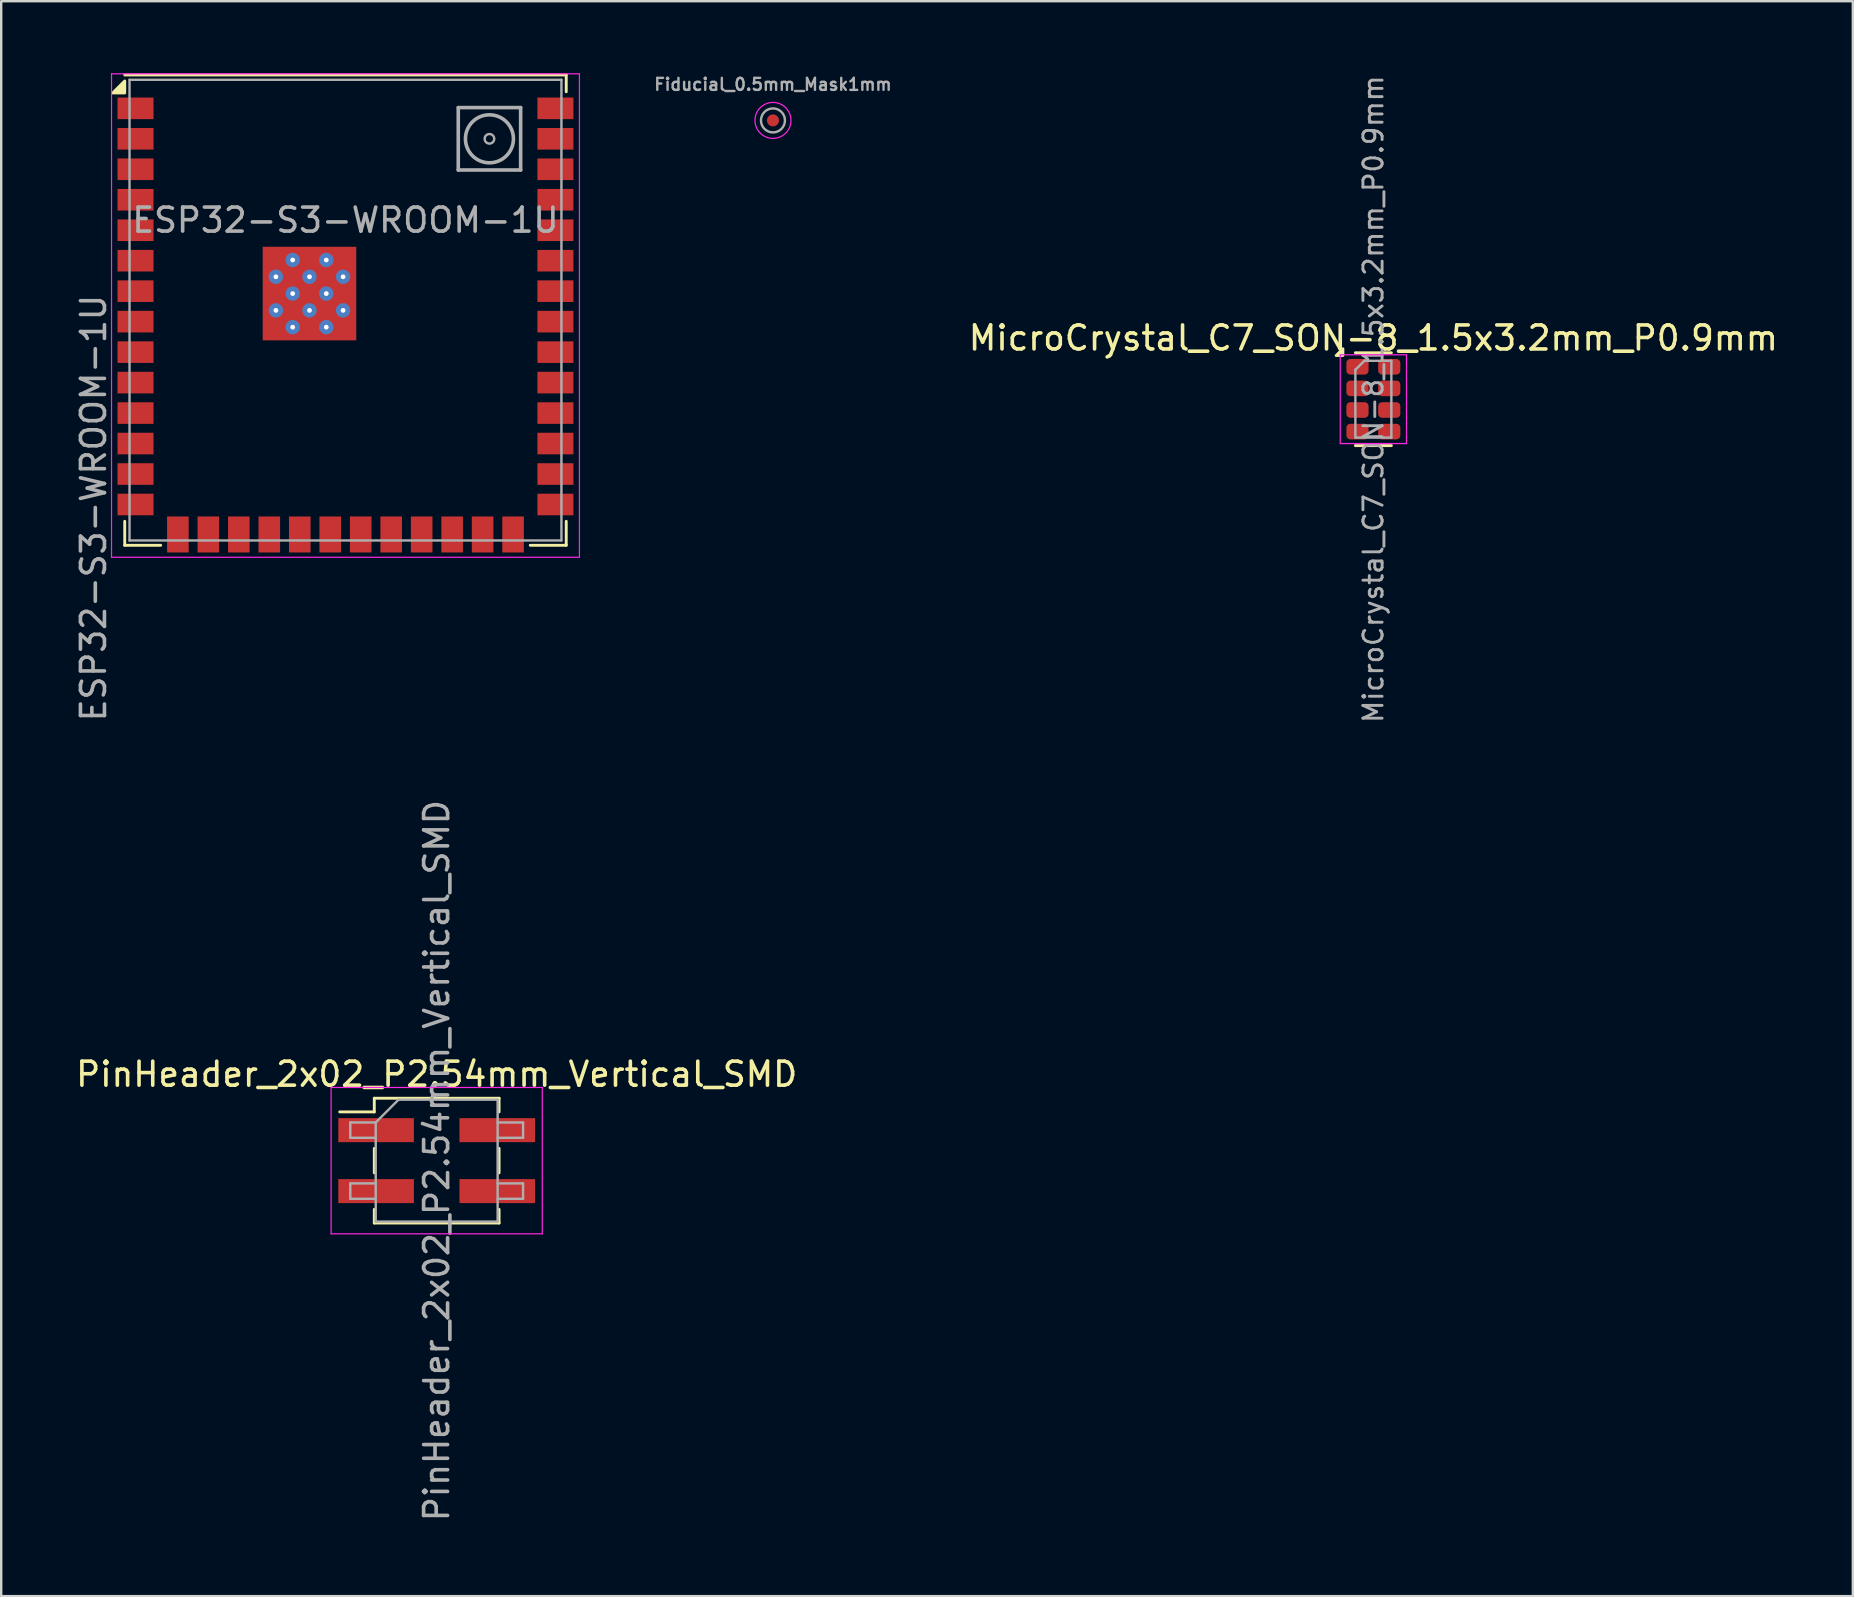
<source format=kicad_pcb>
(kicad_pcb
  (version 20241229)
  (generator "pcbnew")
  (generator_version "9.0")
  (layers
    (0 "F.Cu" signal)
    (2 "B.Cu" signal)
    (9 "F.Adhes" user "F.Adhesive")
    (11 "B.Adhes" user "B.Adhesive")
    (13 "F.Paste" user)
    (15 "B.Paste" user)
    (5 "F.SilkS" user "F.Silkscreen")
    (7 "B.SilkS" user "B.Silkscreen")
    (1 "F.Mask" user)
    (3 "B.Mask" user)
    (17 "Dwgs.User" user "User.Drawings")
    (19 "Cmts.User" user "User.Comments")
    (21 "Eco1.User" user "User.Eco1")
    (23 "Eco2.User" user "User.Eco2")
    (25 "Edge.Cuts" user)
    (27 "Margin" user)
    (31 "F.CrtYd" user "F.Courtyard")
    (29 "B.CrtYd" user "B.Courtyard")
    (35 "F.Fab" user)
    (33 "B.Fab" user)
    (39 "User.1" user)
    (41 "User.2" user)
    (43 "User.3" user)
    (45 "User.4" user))
  (footprint "Fiducial_0.5mm_Mask1mm"
    (layer "F.Cu")
    (at 29.164 1.968)
    (property "Reference" "Fiducial_0.5mm_Mask1mm" (at 0 -1.5 0) (layer "F.Fab") (effects (font (size 0.5 0.5) (thickness 0.1))))
    (attr smd)
    (fp_circle (center 0 0) (end 0.75 0) (stroke (width 0.05) (type solid)) (fill no) (layer "F.CrtYd"))
    (fp_circle (center 0 0) (end 0.5 0) (stroke (width 0.1) (type solid)) (fill no) (layer "F.Fab"))
    (pad "" smd circle (at 0 0) (size 0.5 0.5) (layers "F.Cu" "F.Mask")))
  (footprint "PinHeader_2x02_P2.54mm_Vertical_SMD"
    (layer "F.Cu")
    (at 15.149 45.32)
    (property "Reference" "PinHeader_2x02_P2.54mm_Vertical_SMD" (at 0 -3.6 0) (layer "F.SilkS") (effects (font (size 1 1) (thickness 0.15))))
    (attr smd)
    (fp_line (start -4.04 -2.03) (end -2.6 -2.03) (stroke (width 0.12) (type solid)) (layer "F.SilkS"))
    (fp_line (start -2.6 -2.6) (end -2.6 -2.03) (stroke (width 0.12) (type solid)) (layer "F.SilkS"))
    (fp_line (start -2.6 -2.6) (end 2.6 -2.6) (stroke (width 0.12) (type solid)) (layer "F.SilkS"))
    (fp_line (start -2.6 -0.51) (end -2.6 0.51) (stroke (width 0.12) (type solid)) (layer "F.SilkS"))
    (fp_line (start -2.6 2.03) (end -2.6 2.6) (stroke (width 0.12) (type solid)) (layer "F.SilkS"))
    (fp_line (start -2.6 2.6) (end 2.6 2.6) (stroke (width 0.12) (type solid)) (layer "F.SilkS"))
    (fp_line (start 2.6 -2.6) (end 2.6 -2.03) (stroke (width 0.12) (type solid)) (layer "F.SilkS"))
    (fp_line (start 2.6 -0.51) (end 2.6 0.51) (stroke (width 0.12) (type solid)) (layer "F.SilkS"))
    (fp_line (start 2.6 2.03) (end 2.6 2.6) (stroke (width 0.12) (type solid)) (layer "F.SilkS"))
    (fp_line (start -4.4 -3.05) (end -4.4 3.05) (stroke (width 0.05) (type solid)) (layer "F.CrtYd"))
    (fp_line (start -4.4 3.05) (end 4.4 3.05) (stroke (width 0.05) (type solid)) (layer "F.CrtYd"))
    (fp_line (start 4.4 -3.05) (end -4.4 -3.05) (stroke (width 0.05) (type solid)) (layer "F.CrtYd"))
    (fp_line (start 4.4 3.05) (end 4.4 -3.05) (stroke (width 0.05) (type solid)) (layer "F.CrtYd"))
    (fp_line (start -3.6 -1.59) (end -3.6 -0.95) (stroke (width 0.1) (type solid)) (layer "F.Fab"))
    (fp_line (start -3.6 -0.95) (end -2.54 -0.95) (stroke (width 0.1) (type solid)) (layer "F.Fab"))
    (fp_line (start -3.6 0.95) (end -3.6 1.59) (stroke (width 0.1) (type solid)) (layer "F.Fab"))
    (fp_line (start -3.6 1.59) (end -2.54 1.59) (stroke (width 0.1) (type solid)) (layer "F.Fab"))
    (fp_line (start -2.54 -1.59) (end -3.6 -1.59) (stroke (width 0.1) (type solid)) (layer "F.Fab"))
    (fp_line (start -2.54 -1.59) (end -1.59 -2.54) (stroke (width 0.1) (type solid)) (layer "F.Fab"))
    (fp_line (start -2.54 0.95) (end -3.6 0.95) (stroke (width 0.1) (type solid)) (layer "F.Fab"))
    (fp_line (start -2.54 2.54) (end -2.54 -1.59) (stroke (width 0.1) (type solid)) (layer "F.Fab"))
    (fp_line (start -1.59 -2.54) (end 2.54 -2.54) (stroke (width 0.1) (type solid)) (layer "F.Fab"))
    (fp_line (start 2.54 -2.54) (end 2.54 2.54) (stroke (width 0.1) (type solid)) (layer "F.Fab"))
    (fp_line (start 2.54 -1.59) (end 3.6 -1.59) (stroke (width 0.1) (type solid)) (layer "F.Fab"))
    (fp_line (start 2.54 0.95) (end 3.6 0.95) (stroke (width 0.1) (type solid)) (layer "F.Fab"))
    (fp_line (start 2.54 2.54) (end -2.54 2.54) (stroke (width 0.1) (type solid)) (layer "F.Fab"))
    (fp_line (start 3.6 -1.59) (end 3.6 -0.95) (stroke (width 0.1) (type solid)) (layer "F.Fab"))
    (fp_line (start 3.6 -0.95) (end 2.54 -0.95) (stroke (width 0.1) (type solid)) (layer "F.Fab"))
    (fp_line (start 3.6 0.95) (end 3.6 1.59) (stroke (width 0.1) (type solid)) (layer "F.Fab"))
    (fp_line (start 3.6 1.59) (end 2.54 1.59) (stroke (width 0.1) (type solid)) (layer "F.Fab"))
    (fp_text user "${REFERENCE}" (at 0 0 90) (layer "F.Fab") (effects (font (size 1 1) (thickness 0.15))))
    (pad "1" smd rect (at -2.525 -1.27) (size 3.15 1) (layers "F.Cu" "F.Mask" "F.Paste"))
    (pad "2" smd rect (at 2.525 -1.27) (size 3.15 1) (layers "F.Cu" "F.Mask" "F.Paste"))
    (pad "3" smd rect (at -2.525 1.27) (size 3.15 1) (layers "F.Cu" "F.Mask" "F.Paste"))
    (pad "4" smd rect (at 2.525 1.27) (size 3.15 1) (layers "F.Cu" "F.Mask" "F.Paste")))
  (footprint "ESP32-S3-WROOM-1U"
    (layer "F.Cu")
    (at 11.348 9.875)
    (property "Reference" "ESP32-S3-WROOM-1U" (at -10.5 8.25 90) (unlocked yes) (layer "F.Fab") (effects (font (size 1 1) (thickness 0.15))))
    (attr smd)
    (fp_line (start -9.2 -9.8) (end 9.2 -9.8) (stroke (width 0.12) (type solid)) (layer "F.SilkS"))
    (fp_line (start -9.2 8.8) (end -9.2 9.8) (stroke (width 0.12) (type solid)) (layer "F.SilkS"))
    (fp_line (start -9.2 9.8) (end -7.7 9.8) (stroke (width 0.12) (type solid)) (layer "F.SilkS"))
    (fp_line (start 9.2 -9.8) (end 9.2 -9.1) (stroke (width 0.12) (type solid)) (layer "F.SilkS"))
    (fp_line (start 9.2 9.8) (end 7.7 9.8) (stroke (width 0.12) (type solid)) (layer "F.SilkS"))
    (fp_line (start 9.2 9.8) (end 9.2 8.8) (stroke (width 0.12) (type solid)) (layer "F.SilkS"))
    (fp_poly (pts (xy -9.2 -9.05) (xy -9.7 -9.05) (xy -9.2 -9.55) (xy -9.2 -9.05)) (stroke (width 0.12) (type solid)) (fill yes) (layer "F.SilkS"))
    (fp_line (start -9.75 10.3) (end -9.75 -9.85) (stroke (width 0.05) (type solid)) (layer "F.CrtYd"))
    (fp_line (start -9.75 10.3) (end 9.75 10.3) (stroke (width 0.05) (type solid)) (layer "F.CrtYd"))
    (fp_line (start 9.75 -9.85) (end -9.75 -9.85) (stroke (width 0.05) (type solid)) (layer "F.CrtYd"))
    (fp_line (start 9.75 -9.85) (end 9.75 10.3) (stroke (width 0.05) (type solid)) (layer "F.CrtYd"))
    (fp_line (start -9 -9.6) (end 9 -9.6) (stroke (width 0.1) (type solid)) (layer "F.Fab"))
    (fp_line (start -9 9.6) (end -9 -9.6) (stroke (width 0.1) (type solid)) (layer "F.Fab"))
    (fp_line (start -9 9.6) (end 9 9.6) (stroke (width 0.1) (type solid)) (layer "F.Fab"))
    (fp_line (start 4.7 -8.44) (end 7.3 -8.44) (stroke (width 0.15) (type solid)) (layer "F.Fab"))
    (fp_line (start 4.7 -5.84) (end 4.7 -8.44) (stroke (width 0.15) (type solid)) (layer "F.Fab"))
    (fp_line (start 7.3 -8.44) (end 7.3 -5.84) (stroke (width 0.15) (type solid)) (layer "F.Fab"))
    (fp_line (start 7.3 -5.84) (end 4.7 -5.84) (stroke (width 0.15) (type solid)) (layer "F.Fab"))
    (fp_line (start 9 9.6) (end 9 -9.6) (stroke (width 0.1) (type solid)) (layer "F.Fab"))
    (fp_circle (center 6 -7.14) (end 6 -6.94) (stroke (width 0.1) (type solid)) (fill no) (layer "F.Fab"))
    (fp_circle (center 6 -7.14) (end 7 -7.14) (stroke (width 0.15) (type solid)) (fill no) (layer "F.Fab"))
    (fp_text user "${REFERENCE}" (at 0 -3.75 0) (unlocked yes) (layer "F.Fab") (effects (font (size 1 1) (thickness 0.15))))
    (pad "" smd rect (at -2.904 0.71) (size 0.9 0.9) (layers "F.Paste"))
    (pad "" smd rect (at -2.9 -2.09) (size 0.9 0.9) (layers "F.Paste"))
    (pad "" smd rect (at -2.9 -0.69) (size 0.9 0.9) (layers "F.Paste"))
    (pad "" smd rect (at -1.504 0.71) (size 0.9 0.9) (layers "F.Paste"))
    (pad "" smd rect (at -1.5 -2.09) (size 0.9 0.9) (layers "F.Paste"))
    (pad "" smd rect (at -1.5 -0.69) (size 0.9 0.9) (layers "F.Paste"))
    (pad "" smd rect (at -0.104 0.71) (size 0.9 0.9) (layers "F.Paste"))
    (pad "" smd rect (at -0.1 -2.09) (size 0.9 0.9) (layers "F.Paste"))
    (pad "" smd rect (at -0.1 -0.69) (size 0.9 0.9) (layers "F.Paste"))
    (pad "1" smd rect (at -8.75 -8.41) (size 1.5 0.9) (layers "F.Cu" "F.Mask" "F.Paste"))
    (pad "2" smd rect (at -8.75 -7.14) (size 1.5 0.9) (layers "F.Cu" "F.Mask" "F.Paste"))
    (pad "3" smd rect (at -8.75 -5.87) (size 1.5 0.9) (layers "F.Cu" "F.Mask" "F.Paste"))
    (pad "4" smd rect (at -8.75 -4.6) (size 1.5 0.9) (layers "F.Cu" "F.Mask" "F.Paste"))
    (pad "5" smd rect (at -8.75 -3.33) (size 1.5 0.9) (layers "F.Cu" "F.Mask" "F.Paste"))
    (pad "6" smd rect (at -8.75 -2.06) (size 1.5 0.9) (layers "F.Cu" "F.Mask" "F.Paste"))
    (pad "7" smd rect (at -8.75 -0.79) (size 1.5 0.9) (layers "F.Cu" "F.Mask" "F.Paste"))
    (pad "8" smd rect (at -8.75 0.48) (size 1.5 0.9) (layers "F.Cu" "F.Mask" "F.Paste"))
    (pad "9" smd rect (at -8.75 1.75) (size 1.5 0.9) (layers "F.Cu" "F.Mask" "F.Paste"))
    (pad "10" smd rect (at -8.75 3.02) (size 1.5 0.9) (layers "F.Cu" "F.Mask" "F.Paste"))
    (pad "11" smd rect (at -8.75 4.29) (size 1.5 0.9) (layers "F.Cu" "F.Mask" "F.Paste"))
    (pad "12" smd rect (at -8.75 5.56) (size 1.5 0.9) (layers "F.Cu" "F.Mask" "F.Paste"))
    (pad "13" smd rect (at -8.75 6.83) (size 1.5 0.9) (layers "F.Cu" "F.Mask" "F.Paste"))
    (pad "14" smd rect (at -8.75 8.1 180) (size 1.5 0.9) (layers "F.Cu" "F.Mask" "F.Paste"))
    (pad "15" smd rect (at -6.985 9.35 270) (size 1.5 0.9) (layers "F.Cu" "F.Mask" "F.Paste"))
    (pad "16" smd rect (at -5.715 9.35 270) (size 1.5 0.9) (layers "F.Cu" "F.Mask" "F.Paste"))
    (pad "17" smd rect (at -4.445 9.35 270) (size 1.5 0.9) (layers "F.Cu" "F.Mask" "F.Paste"))
    (pad "18" smd rect (at -3.175 9.35 270) (size 1.5 0.9) (layers "F.Cu" "F.Mask" "F.Paste"))
    (pad "19" smd rect (at -1.905 9.35 270) (size 1.5 0.9) (layers "F.Cu" "F.Mask" "F.Paste"))
    (pad "20" smd rect (at -0.635 9.35 270) (size 1.5 0.9) (layers "F.Cu" "F.Mask" "F.Paste"))
    (pad "21" smd rect (at 0.635 9.35 270) (size 1.5 0.9) (layers "F.Cu" "F.Mask" "F.Paste"))
    (pad "22" smd rect (at 1.905 9.35 270) (size 1.5 0.9) (layers "F.Cu" "F.Mask" "F.Paste"))
    (pad "23" smd rect (at 3.175 9.35 270) (size 1.5 0.9) (layers "F.Cu" "F.Mask" "F.Paste"))
    (pad "24" smd rect (at 4.445 9.35 270) (size 1.5 0.9) (layers "F.Cu" "F.Mask" "F.Paste"))
    (pad "25" smd rect (at 5.715 9.35 270) (size 1.5 0.9) (layers "F.Cu" "F.Mask" "F.Paste"))
    (pad "26" smd rect (at 6.985 9.35 270) (size 1.5 0.9) (layers "F.Cu" "F.Mask" "F.Paste"))
    (pad "27" smd rect (at 8.75 8.1) (size 1.5 0.9) (layers "F.Cu" "F.Mask" "F.Paste"))
    (pad "28" smd rect (at 8.75 6.83) (size 1.5 0.9) (layers "F.Cu" "F.Mask" "F.Paste"))
    (pad "29" smd rect (at 8.75 5.56) (size 1.5 0.9) (layers "F.Cu" "F.Mask" "F.Paste"))
    (pad "30" smd rect (at 8.75 4.29) (size 1.5 0.9) (layers "F.Cu" "F.Mask" "F.Paste"))
    (pad "31" smd rect (at 8.75 3.02) (size 1.5 0.9) (layers "F.Cu" "F.Mask" "F.Paste"))
    (pad "32" smd rect (at 8.75 1.75) (size 1.5 0.9) (layers "F.Cu" "F.Mask" "F.Paste"))
    (pad "33" smd rect (at 8.75 0.48) (size 1.5 0.9) (layers "F.Cu" "F.Mask" "F.Paste"))
    (pad "34" smd rect (at 8.75 -0.79) (size 1.5 0.9) (layers "F.Cu" "F.Mask" "F.Paste"))
    (pad "35" smd rect (at 8.75 -2.06) (size 1.5 0.9) (layers "F.Cu" "F.Mask" "F.Paste"))
    (pad "36" smd rect (at 8.75 -3.33) (size 1.5 0.9) (layers "F.Cu" "F.Mask" "F.Paste"))
    (pad "37" smd rect (at 8.75 -4.6) (size 1.5 0.9) (layers "F.Cu" "F.Mask" "F.Paste"))
    (pad "38" smd rect (at 8.75 -5.87) (size 1.5 0.9) (layers "F.Cu" "F.Mask" "F.Paste"))
    (pad "39" smd rect (at 8.75 -7.14) (size 1.5 0.9) (layers "F.Cu" "F.Mask" "F.Paste"))
    (pad "40" smd rect (at 8.75 -8.41) (size 1.5 0.9) (layers "F.Cu" "F.Mask" "F.Paste"))
    (pad "41" thru_hole circle (at -2.9 -1.39) (size 0.6 0.6) (drill 0.2) (property pad_prop_heatsink) (layers "*.Cu" "F.Mask"))
    (pad "41" thru_hole circle (at -2.9 0.01) (size 0.6 0.6) (drill 0.2) (property pad_prop_heatsink) (layers "*.Cu" "F.Mask"))
    (pad "41" thru_hole circle (at -2.2 -2.09) (size 0.6 0.6) (drill 0.2) (property pad_prop_heatsink) (layers "*.Cu" "F.Mask"))
    (pad "41" thru_hole circle (at -2.2 -0.69) (size 0.6 0.6) (drill 0.2) (property pad_prop_heatsink) (layers "*.Cu" "F.Mask"))
    (pad "41" thru_hole circle (at -2.2 0.71) (size 0.6 0.6) (drill 0.2) (property pad_prop_heatsink) (layers "*.Cu" "F.Mask"))
    (pad "41" thru_hole circle (at -1.5 -1.39) (size 0.6 0.6) (drill 0.2) (property pad_prop_heatsink) (layers "*.Cu" "F.Mask"))
    (pad "41" smd rect (at -1.5 -0.69) (size 3.9 3.9) (property pad_prop_heatsink) (layers "F.Cu" "F.Mask"))
    (pad "41" thru_hole circle (at -1.5 0.01) (size 0.6 0.6) (drill 0.2) (property pad_prop_heatsink) (layers "*.Cu" "F.Mask"))
    (pad "41" thru_hole circle (at -0.8 -2.09) (size 0.6 0.6) (drill 0.2) (property pad_prop_heatsink) (layers "*.Cu" "F.Mask"))
    (pad "41" thru_hole circle (at -0.8 -0.69) (size 0.6 0.6) (drill 0.2) (property pad_prop_heatsink) (layers "*.Cu" "F.Mask"))
    (pad "41" thru_hole circle (at -0.8 0.71) (size 0.6 0.6) (drill 0.2) (property pad_prop_heatsink) (layers "*.Cu" "F.Mask"))
    (pad "41" thru_hole circle (at -0.1 -1.39) (size 0.6 0.6) (drill 0.2) (property pad_prop_heatsink) (layers "*.Cu" "F.Mask"))
    (pad "41" thru_hole circle (at -0.1 0.01) (size 0.6 0.6) (drill 0.2) (property pad_prop_heatsink) (layers "*.Cu" "F.Mask")))
  (footprint "MicroCrystal_C7_SON-8_1.5x3.2mm_P0.9mm"
    (layer "F.Cu")
    (at 54.186 13.586)
    (property "Reference" "MicroCrystal_C7_SON-8_1.5x3.2mm_P0.9mm" (at 0 -2.55 0) (layer "F.SilkS") (effects (font (size 1 1) (thickness 0.15))))
    (attr smd)
    (fp_line (start -0.75 -1.935) (end 0.75 -1.935) (stroke (width 0.12) (type solid)) (layer "F.SilkS"))
    (fp_line (start -0.75 1.935) (end 0.75 1.935) (stroke (width 0.12) (type solid)) (layer "F.SilkS"))
    (fp_poly (pts (xy -1.27 -1.82) (xy -1.55 -1.82) (xy -1.27 -2.1) (xy -1.27 -1.82)) (stroke (width 0.12) (type solid)) (fill yes) (layer "F.SilkS"))
    (fp_line (start -1.38 -1.85) (end -1.38 1.85) (stroke (width 0.05) (type solid)) (layer "F.CrtYd"))
    (fp_line (start -1.38 1.85) (end 1.38 1.85) (stroke (width 0.05) (type solid)) (layer "F.CrtYd"))
    (fp_line (start 1.38 -1.85) (end -1.38 -1.85) (stroke (width 0.05) (type solid)) (layer "F.CrtYd"))
    (fp_line (start 1.38 1.85) (end 1.38 -1.85) (stroke (width 0.05) (type solid)) (layer "F.CrtYd"))
    (fp_line (start -0.75 -1.225) (end -0.375 -1.6) (stroke (width 0.1) (type solid)) (layer "F.Fab"))
    (fp_line (start -0.75 1.6) (end -0.75 -1.225) (stroke (width 0.1) (type solid)) (layer "F.Fab"))
    (fp_line (start -0.375 -1.6) (end 0.75 -1.6) (stroke (width 0.1) (type solid)) (layer "F.Fab"))
    (fp_line (start 0.75 -1.6) (end 0.75 1.6) (stroke (width 0.1) (type solid)) (layer "F.Fab"))
    (fp_line (start 0.75 1.6) (end -0.75 1.6) (stroke (width 0.1) (type solid)) (layer "F.Fab"))
    (fp_text user "${REFERENCE}" (at 0 0 90) (layer "F.Fab") (effects (font (size 0.8 0.8) (thickness 0.12))))
    (pad "1" smd roundrect (at -0.662 -1.35) (size 0.925 0.65) (layers "F.Cu" "F.Mask" "F.Paste") (roundrect_rratio 0.25))
    (pad "2" smd roundrect (at -0.662 -0.45) (size 0.925 0.65) (layers "F.Cu" "F.Mask" "F.Paste") (roundrect_rratio 0.25))
    (pad "3" smd roundrect (at -0.662 0.45) (size 0.925 0.65) (layers "F.Cu" "F.Mask" "F.Paste") (roundrect_rratio 0.25))
    (pad "4" smd roundrect (at -0.662 1.35) (size 0.925 0.65) (layers "F.Cu" "F.Mask" "F.Paste") (roundrect_rratio 0.25))
    (pad "5" smd roundrect (at 0.662 1.35) (size 0.925 0.65) (layers "F.Cu" "F.Mask" "F.Paste") (roundrect_rratio 0.25))
    (pad "6" smd roundrect (at 0.662 0.45) (size 0.925 0.65) (layers "F.Cu" "F.Mask" "F.Paste") (roundrect_rratio 0.25))
    (pad "7" smd roundrect (at 0.662 -0.45) (size 0.925 0.65) (layers "F.Cu" "F.Mask" "F.Paste") (roundrect_rratio 0.25))
    (pad "8" smd roundrect (at 0.662 -1.35) (size 0.925 0.65) (layers "F.Cu" "F.Mask" "F.Paste") (roundrect_rratio 0.25)))
  (gr_rect
    (start -3 -3)
    (end 74.168 63.469)
    (stroke (width 0.1) (type default))
    (fill no)
    (layer "Edge.Cuts")))
</source>
